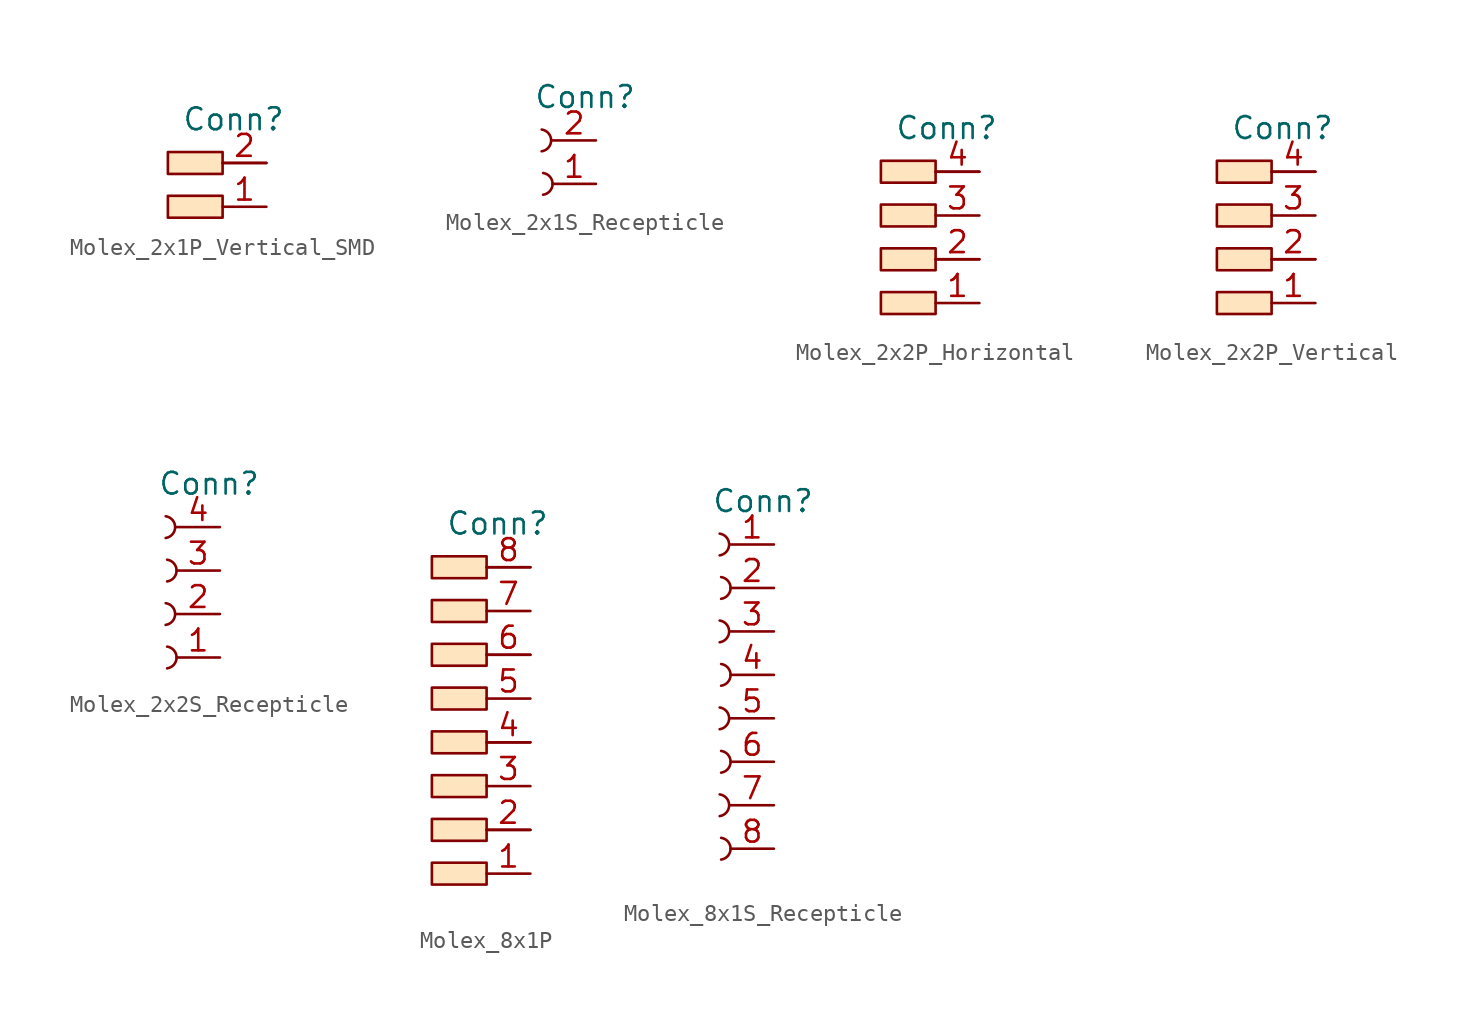
<source format=kicad_sym>
(kicad_symbol_lib
  (version 20220914)
  (generator kicad_symbol_editor)
  (symbol "Molex_2x1P_Vertical_SMD"
    (property "Reference" "Conn"
      (at 0 -1.905 0)
      (effects (font (size 1.27 1.27))))
    (property "Name" ""
      (at 0 0 0)
      (effects (font (size 1.27 1.27))))
    (symbol "Molex_2x1P_Vertical_SMD_0_1"
      (polyline (pts (xy -0.635 -4.445) (xy 1.905 -4.445)) (stroke (width 0) (type default)) (fill (type none))))
    (symbol "Molex_2x1P_Vertical_SMD_1_1"
      (rectangle (start -3.81 -6.35) (end -0.635 -7.62) (stroke (width 0) (type default)) (fill (type color) (color 255 229 191 1)))
      (rectangle (start -3.81 -3.81) (end -0.635 -5.08) (stroke (width 0) (type default)) (fill (type color) (color 255 229 191 1)))
      (pin input line (at 1.905 -6.985 180) (length 2.54) (name "" (effects (font (size 1.27 1.27)))) (number "1" (effects (font (size 1.27 1.27)))))
      (pin input line (at 1.905 -4.445 180) (length 2.54) (name "" (effects (font (size 1.27 1.27)))) (number "2" (effects (font (size 1.27 1.27)))))))
  (symbol "Molex_2x1S_Recepticle"
    (property "Reference" "Conn"
      (at 0 0.635 0)
      (effects (font (size 1.27 1.27))))
    (property "Name" ""
      (at 0 0 0)
      (effects (font (size 1.27 1.27))))
    (symbol "Molex_2x1S_Recepticle_0_1"
      (arc (start -2.5368 -2.5407) (mid -1.9833 -1.9063) (end -2.5355 -1.2707) (stroke (width 0) (type default)) (fill (type none)))
      (arc (start -2.4524 -5.0801) (mid -1.8989 -4.4457) (end -2.4511 -3.8101) (stroke (width 0) (type default)) (fill (type none))))
    (symbol "Molex_2x1S_Recepticle_1_1"
      (pin input line (at 0.635 -4.445 180) (length 2.54) (name "" (effects (font (size 1.27 1.27)))) (number "1" (effects (font (size 1.27 1.27)))))
      (pin input line (at 0.635 -1.905 180) (length 2.54) (name "" (effects (font (size 1.27 1.27)))) (number "2" (effects (font (size 1.27 1.27)))))))
  (symbol "Molex_2x2P_Horizontal"
    (property "Reference" "Conn"
      (at 0 -1.905 0)
      (effects (font (size 1.27 1.27))))
    (property "Name" ""
      (at 0 0 0)
      (effects (font (size 1.27 1.27))))
    (symbol "Molex_2x2P_Horizontal_0_1"
      (polyline (pts (xy -0.635 -9.525) (xy 1.905 -9.525)) (stroke (width 0) (type default)) (fill (type none)))
      (polyline (pts (xy -0.635 -4.445) (xy 1.905 -4.445)) (stroke (width 0) (type default)) (fill (type none))))
    (symbol "Molex_2x2P_Horizontal_1_1"
      (rectangle (start -3.81 -11.43) (end -0.635 -12.7) (stroke (width 0) (type default)) (fill (type color) (color 255 229 191 1)))
      (rectangle (start -3.81 -8.89) (end -0.635 -10.16) (stroke (width 0) (type default)) (fill (type color) (color 255 229 191 1)))
      (rectangle (start -3.81 -6.35) (end -0.635 -7.62) (stroke (width 0) (type default)) (fill (type color) (color 255 229 191 1)))
      (rectangle (start -3.81 -3.81) (end -0.635 -5.08) (stroke (width 0) (type default)) (fill (type color) (color 255 229 191 1)))
      (pin input line (at 1.905 -12.065 180) (length 2.54) (name "" (effects (font (size 1.27 1.27)))) (number "1" (effects (font (size 1.27 1.27)))))
      (pin input line (at 1.905 -9.525 180) (length 2.54) (name "" (effects (font (size 1.27 1.27)))) (number "2" (effects (font (size 1.27 1.27)))))
      (pin input line (at 1.905 -6.985 180) (length 2.54) (name "" (effects (font (size 1.27 1.27)))) (number "3" (effects (font (size 1.27 1.27)))))
      (pin input line (at 1.905 -4.445 180) (length 2.54) (name "" (effects (font (size 1.27 1.27)))) (number "4" (effects (font (size 1.27 1.27)))))))
  (symbol "Molex_2x2P_Vertical"
    (property "Reference" "Conn"
      (at 0 -1.905 0)
      (effects (font (size 1.27 1.27))))
    (property "Name" ""
      (at 0 0 0)
      (effects (font (size 1.27 1.27))))
    (symbol "Molex_2x2P_Vertical_0_1"
      (polyline (pts (xy -0.635 -9.525) (xy 1.905 -9.525)) (stroke (width 0) (type default)) (fill (type none)))
      (polyline (pts (xy -0.635 -4.445) (xy 1.905 -4.445)) (stroke (width 0) (type default)) (fill (type none))))
    (symbol "Molex_2x2P_Vertical_1_1"
      (rectangle (start -3.81 -11.43) (end -0.635 -12.7) (stroke (width 0) (type default)) (fill (type color) (color 255 229 191 1)))
      (rectangle (start -3.81 -8.89) (end -0.635 -10.16) (stroke (width 0) (type default)) (fill (type color) (color 255 229 191 1)))
      (rectangle (start -3.81 -6.35) (end -0.635 -7.62) (stroke (width 0) (type default)) (fill (type color) (color 255 229 191 1)))
      (rectangle (start -3.81 -3.81) (end -0.635 -5.08) (stroke (width 0) (type default)) (fill (type color) (color 255 229 191 1)))
      (pin input line (at 1.905 -12.065 180) (length 2.54) (name "" (effects (font (size 1.27 1.27)))) (number "1" (effects (font (size 1.27 1.27)))))
      (pin input line (at 1.905 -9.525 180) (length 2.54) (name "" (effects (font (size 1.27 1.27)))) (number "2" (effects (font (size 1.27 1.27)))))
      (pin input line (at 1.905 -6.985 180) (length 2.54) (name "" (effects (font (size 1.27 1.27)))) (number "3" (effects (font (size 1.27 1.27)))))
      (pin input line (at 1.905 -4.445 180) (length 2.54) (name "" (effects (font (size 1.27 1.27)))) (number "4" (effects (font (size 1.27 1.27)))))))
  (symbol "Molex_2x2S_Recepticle"
    (property "Reference" "Conn"
      (at 0 0.635 0)
      (effects (font (size 1.27 1.27))))
    (property "Name" ""
      (at 0 0 0)
      (effects (font (size 1.27 1.27))))
    (symbol "Molex_2x2S_Recepticle_0_1"
      (arc (start -2.5368 -7.6207) (mid -1.9833 -6.9863) (end -2.5355 -6.3507) (stroke (width 0) (type default)) (fill (type none)))
      (arc (start -2.5368 -2.5407) (mid -1.9833 -1.9063) (end -2.5355 -1.2707) (stroke (width 0) (type default)) (fill (type none)))
      (arc (start -2.4524 -10.1601) (mid -1.8989 -9.5257) (end -2.4511 -8.8901) (stroke (width 0) (type default)) (fill (type none)))
      (arc (start -2.4524 -5.0801) (mid -1.8989 -4.4457) (end -2.4511 -3.8101) (stroke (width 0) (type default)) (fill (type none))))
    (symbol "Molex_2x2S_Recepticle_1_1"
      (pin input line (at 0.635 -9.525 180) (length 2.54) (name "" (effects (font (size 1.27 1.27)))) (number "1" (effects (font (size 1.27 1.27)))))
      (pin input line (at 0.635 -6.985 180) (length 2.54) (name "" (effects (font (size 1.27 1.27)))) (number "2" (effects (font (size 1.27 1.27)))))
      (pin input line (at 0.635 -4.445 180) (length 2.54) (name "" (effects (font (size 1.27 1.27)))) (number "3" (effects (font (size 1.27 1.27)))))
      (pin input line (at 0.635 -1.905 180) (length 2.54) (name "" (effects (font (size 1.27 1.27)))) (number "4" (effects (font (size 1.27 1.27)))))))
  (symbol "Molex_8x1P"
    (property "Reference" "Conn"
      (at 0 -1.905 0)
      (effects (font (size 1.27 1.27))))
    (property "Name" ""
      (at 0 0 0)
      (effects (font (size 1.27 1.27))))
    (symbol "Molex_8x1P_0_1"
      (polyline (pts (xy -0.635 -19.685) (xy 1.905 -19.685)) (stroke (width 0) (type default)) (fill (type none)))
      (polyline (pts (xy -0.635 -14.605) (xy 1.905 -14.605)) (stroke (width 0) (type default)) (fill (type none)))
      (polyline (pts (xy -0.635 -9.525) (xy 1.905 -9.525)) (stroke (width 0) (type default)) (fill (type none)))
      (polyline (pts (xy -0.635 -4.445) (xy 1.905 -4.445)) (stroke (width 0) (type default)) (fill (type none))))
    (symbol "Molex_8x1P_1_1"
      (rectangle (start -3.81 -21.59) (end -0.635 -22.86) (stroke (width 0) (type default)) (fill (type color) (color 255 229 191 1)))
      (rectangle (start -3.81 -19.05) (end -0.635 -20.32) (stroke (width 0) (type default)) (fill (type color) (color 255 229 191 1)))
      (rectangle (start -3.81 -16.51) (end -0.635 -17.78) (stroke (width 0) (type default)) (fill (type color) (color 255 229 191 1)))
      (rectangle (start -3.81 -13.97) (end -0.635 -15.24) (stroke (width 0) (type default)) (fill (type color) (color 255 229 191 1)))
      (rectangle (start -3.81 -11.43) (end -0.635 -12.7) (stroke (width 0) (type default)) (fill (type color) (color 255 229 191 1)))
      (rectangle (start -3.81 -8.89) (end -0.635 -10.16) (stroke (width 0) (type default)) (fill (type color) (color 255 229 191 1)))
      (rectangle (start -3.81 -6.35) (end -0.635 -7.62) (stroke (width 0) (type default)) (fill (type color) (color 255 229 191 1)))
      (rectangle (start -3.81 -3.81) (end -0.635 -5.08) (stroke (width 0) (type default)) (fill (type color) (color 255 229 191 1)))
      (pin input line (at 1.905 -22.225 180) (length 2.54) (name "" (effects (font (size 1.27 1.27)))) (number "1" (effects (font (size 1.27 1.27)))))
      (pin input line (at 1.905 -19.685 180) (length 2.54) (name "" (effects (font (size 1.27 1.27)))) (number "2" (effects (font (size 1.27 1.27)))))
      (pin input line (at 1.905 -17.145 180) (length 2.54) (name "" (effects (font (size 1.27 1.27)))) (number "3" (effects (font (size 1.27 1.27)))))
      (pin input line (at 1.905 -14.605 180) (length 2.54) (name "" (effects (font (size 1.27 1.27)))) (number "4" (effects (font (size 1.27 1.27)))))
      (pin input line (at 1.905 -12.065 180) (length 2.54) (name "" (effects (font (size 1.27 1.27)))) (number "5" (effects (font (size 1.27 1.27)))))
      (pin input line (at 1.905 -9.525 180) (length 2.54) (name "" (effects (font (size 1.27 1.27)))) (number "6" (effects (font (size 1.27 1.27)))))
      (pin input line (at 1.905 -6.985 180) (length 2.54) (name "" (effects (font (size 1.27 1.27)))) (number "7" (effects (font (size 1.27 1.27)))))
      (pin input line (at 1.905 -4.445 180) (length 2.54) (name "" (effects (font (size 1.27 1.27)))) (number "8" (effects (font (size 1.27 1.27)))))))
  (symbol "Molex_8x1S_Recepticle"
    (property "Reference" "Conn"
      (at 0 0.635 0)
      (effects (font (size 1.27 1.27))))
    (property "Name" ""
      (at 0 0 0)
      (effects (font (size 1.27 1.27))))
    (symbol "Molex_8x1S_Recepticle_0_1"
      (arc (start -2.5368 -17.7807) (mid -1.9833 -17.1463) (end -2.5355 -16.5107) (stroke (width 0) (type default)) (fill (type none)))
      (arc (start -2.5368 -12.7007) (mid -1.9833 -12.0663) (end -2.5355 -11.4307) (stroke (width 0) (type default)) (fill (type none)))
      (arc (start -2.5368 -7.6207) (mid -1.9833 -6.9863) (end -2.5355 -6.3507) (stroke (width 0) (type default)) (fill (type none)))
      (arc (start -2.5368 -2.5407) (mid -1.9833 -1.9063) (end -2.5355 -1.2707) (stroke (width 0) (type default)) (fill (type none)))
      (arc (start -2.4524 -20.3201) (mid -1.8989 -19.6857) (end -2.4511 -19.0501) (stroke (width 0) (type default)) (fill (type none)))
      (arc (start -2.4524 -15.2401) (mid -1.8989 -14.6057) (end -2.4511 -13.9701) (stroke (width 0) (type default)) (fill (type none)))
      (arc (start -2.4524 -10.1601) (mid -1.8989 -9.5257) (end -2.4511 -8.8901) (stroke (width 0) (type default)) (fill (type none)))
      (arc (start -2.4524 -5.0801) (mid -1.8989 -4.4457) (end -2.4511 -3.8101) (stroke (width 0) (type default)) (fill (type none))))
    (symbol "Molex_8x1S_Recepticle_1_1"
      (pin input line (at 0.635 -1.905 180) (length 2.54) (name "" (effects (font (size 1.27 1.27)))) (number "1" (effects (font (size 1.27 1.27)))))
      (pin input line (at 0.635 -4.445 180) (length 2.54) (name "" (effects (font (size 1.27 1.27)))) (number "2" (effects (font (size 1.27 1.27)))))
      (pin input line (at 0.635 -6.985 180) (length 2.54) (name "" (effects (font (size 1.27 1.27)))) (number "3" (effects (font (size 1.27 1.27)))))
      (pin input line (at 0.635 -9.525 180) (length 2.54) (name "" (effects (font (size 1.27 1.27)))) (number "4" (effects (font (size 1.27 1.27)))))
      (pin input line (at 0.635 -12.065 180) (length 2.54) (name "" (effects (font (size 1.27 1.27)))) (number "5" (effects (font (size 1.27 1.27)))))
      (pin input line (at 0.635 -14.605 180) (length 2.54) (name "" (effects (font (size 1.27 1.27)))) (number "6" (effects (font (size 1.27 1.27)))))
      (pin input line (at 0.635 -17.145 180) (length 2.54) (name "" (effects (font (size 1.27 1.27)))) (number "7" (effects (font (size 1.27 1.27)))))
      (pin input line (at 0.635 -19.685 180) (length 2.54) (name "" (effects (font (size 1.27 1.27)))) (number "8" (effects (font (size 1.27 1.27))))))))
</source>
